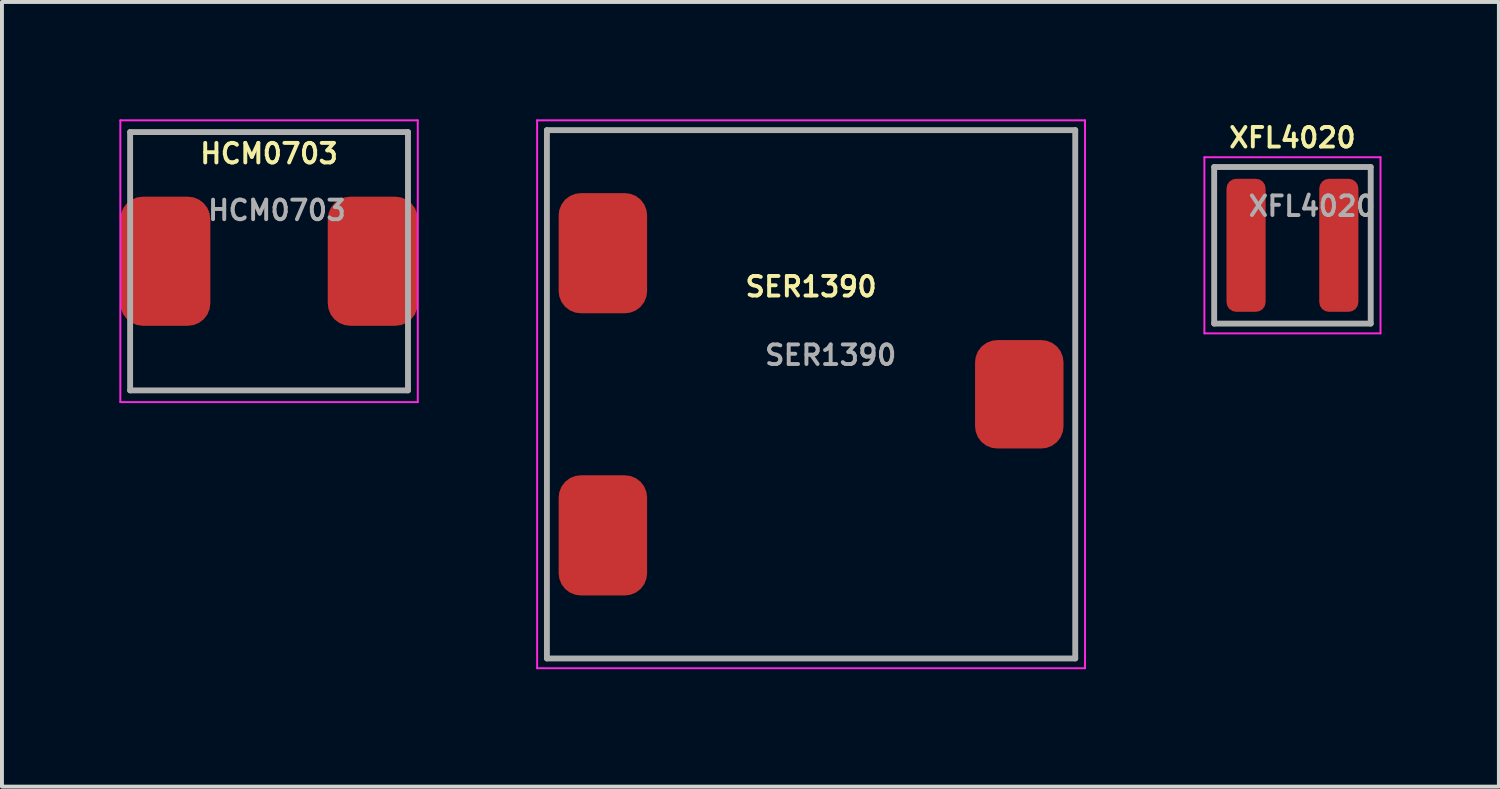
<source format=kicad_pcb>
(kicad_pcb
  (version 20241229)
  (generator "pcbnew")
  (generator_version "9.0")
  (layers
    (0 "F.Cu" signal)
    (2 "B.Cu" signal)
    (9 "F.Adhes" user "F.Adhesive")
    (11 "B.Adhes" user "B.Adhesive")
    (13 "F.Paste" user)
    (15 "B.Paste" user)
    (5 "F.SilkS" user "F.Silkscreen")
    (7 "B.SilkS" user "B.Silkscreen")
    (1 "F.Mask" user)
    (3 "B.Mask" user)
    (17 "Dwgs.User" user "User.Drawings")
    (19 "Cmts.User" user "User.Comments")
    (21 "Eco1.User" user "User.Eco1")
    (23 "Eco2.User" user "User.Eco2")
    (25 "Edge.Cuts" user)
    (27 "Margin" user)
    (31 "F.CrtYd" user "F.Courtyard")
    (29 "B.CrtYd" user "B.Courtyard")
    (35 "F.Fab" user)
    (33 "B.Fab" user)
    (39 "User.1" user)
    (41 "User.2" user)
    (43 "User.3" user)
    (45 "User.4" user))
  (footprint "HCM0703"
    (layer "F.Cu")
    (at 3.825 3.625)
    (property "Reference" "HCM0703" (at 0 -2.75 0) (layer "F.SilkS") (effects (font (size 0.5 0.5) (thickness 0.1))))
    (attr smd)
    (fp_line (start -3.8 3.6) (end -3.8 -3.6) (stroke (width 0.05) (type solid)) (layer "F.CrtYd"))
    (fp_line (start -3.8 3.6) (end 3.8 3.6) (stroke (width 0.05) (type solid)) (layer "F.CrtYd"))
    (fp_line (start 3.8 -3.6) (end -3.8 -3.6) (stroke (width 0.05) (type solid)) (layer "F.CrtYd"))
    (fp_line (start 3.8 -3.6) (end 3.8 3.6) (stroke (width 0.05) (type solid)) (layer "F.CrtYd"))
    (fp_line (start -3.55 -3.3) (end 3.55 -3.3) (stroke (width 0.15) (type solid)) (layer "F.Fab"))
    (fp_line (start -3.55 3.3) (end -3.55 -3.3) (stroke (width 0.15) (type solid)) (layer "F.Fab"))
    (fp_line (start 3.55 -3.3) (end 3.55 3.3) (stroke (width 0.15) (type solid)) (layer "F.Fab"))
    (fp_line (start 3.55 3.3) (end -3.55 3.3) (stroke (width 0.15) (type solid)) (layer "F.Fab"))
    (fp_text user "${REFERENCE}" (at 0.2 -1.3 0) (layer "F.Fab") (effects (font (size 0.5 0.5) (thickness 0.1))))
    (pad "1" smd roundrect (at 2.65 0) (size 2.3 3.3) (layers "F.Cu" "F.Mask" "F.Paste") (roundrect_rratio 0.25))
    (pad "2" smd roundrect (at -2.65 0) (size 2.3 3.3) (layers "F.Cu" "F.Mask" "F.Paste") (roundrect_rratio 0.25)))
  (footprint "XFL4020"
    (layer "F.Cu")
    (at 29.975 3.218)
    (property "Reference" "XFL4020" (at 0 -2.75 0) (layer "F.SilkS") (effects (font (size 0.5 0.5) (thickness 0.1))))
    (attr smd)
    (fp_line (start -2.25 2.25) (end -2.25 -2.25) (stroke (width 0.05) (type solid)) (layer "F.CrtYd"))
    (fp_line (start -2.25 2.25) (end 2.25 2.25) (stroke (width 0.05) (type solid)) (layer "F.CrtYd"))
    (fp_line (start 2.25 -2.25) (end -2.25 -2.25) (stroke (width 0.05) (type solid)) (layer "F.CrtYd"))
    (fp_line (start 2.25 -2.25) (end 2.25 2.25) (stroke (width 0.05) (type solid)) (layer "F.CrtYd"))
    (fp_line (start -2 -2) (end 2 -2) (stroke (width 0.15) (type solid)) (layer "F.Fab"))
    (fp_line (start -2 2) (end -2 -2) (stroke (width 0.15) (type solid)) (layer "F.Fab"))
    (fp_line (start 2 -2) (end 2 2) (stroke (width 0.15) (type solid)) (layer "F.Fab"))
    (fp_line (start 2 2) (end -2 2) (stroke (width 0.15) (type solid)) (layer "F.Fab"))
    (fp_text user "${REFERENCE}" (at 0.5 -1 0) (layer "F.Fab") (effects (font (size 0.5 0.5) (thickness 0.1))))
    (pad "1" smd roundrect (at -1.185 0) (size 1 3.4) (layers "F.Cu" "F.Mask" "F.Paste") (roundrect_rratio 0.25))
    (pad "2" smd roundrect (at 1.185 0) (size 1 3.4) (layers "F.Cu" "F.Mask" "F.Paste") (roundrect_rratio 0.25)))
  (footprint "SER1390"
    (layer "F.Cu")
    (at 17.675 7.025)
    (property "Reference" "SER1390" (at 0 -2.75 0) (layer "F.SilkS") (effects (font (size 0.5 0.5) (thickness 0.1))))
    (attr smd)
    (fp_line (start -7 7) (end -7 -7) (stroke (width 0.05) (type solid)) (layer "F.CrtYd"))
    (fp_line (start -7 7) (end 7 7) (stroke (width 0.05) (type solid)) (layer "F.CrtYd"))
    (fp_line (start 7 -7) (end -7 -7) (stroke (width 0.05) (type solid)) (layer "F.CrtYd"))
    (fp_line (start 7 -7) (end 7 7) (stroke (width 0.05) (type solid)) (layer "F.CrtYd"))
    (fp_line (start -6.75 -6.75) (end 6.75 -6.75) (stroke (width 0.15) (type solid)) (layer "F.Fab"))
    (fp_line (start -6.75 6.75) (end -6.75 -6.75) (stroke (width 0.15) (type solid)) (layer "F.Fab"))
    (fp_line (start 6.75 -6.75) (end 6.75 6.75) (stroke (width 0.15) (type solid)) (layer "F.Fab"))
    (fp_line (start 6.75 6.75) (end -6.75 6.75) (stroke (width 0.15) (type solid)) (layer "F.Fab"))
    (fp_text user "${REFERENCE}" (at 0.5 -1 0) (layer "F.Fab") (effects (font (size 0.5 0.5) (thickness 0.1))))
    (pad "1" smd roundrect (at -5.32 -3.605) (size 2.26 3.07) (layers "F.Cu" "F.Mask" "F.Paste") (roundrect_rratio 0.25))
    (pad "2" smd roundrect (at -5.32 3.605) (size 2.26 3.07) (layers "F.Cu" "F.Mask" "F.Paste") (roundrect_rratio 0.25))
    (pad "3" smd roundrect (at 5.32 0) (size 2.26 2.77) (layers "F.Cu" "F.Mask" "F.Paste") (roundrect_rratio 0.25)))
  (gr_rect
    (start -3 -3)
    (end 35.25 17.05)
    (stroke (width 0.1) (type default))
    (fill no)
    (layer "Edge.Cuts")))
</source>
